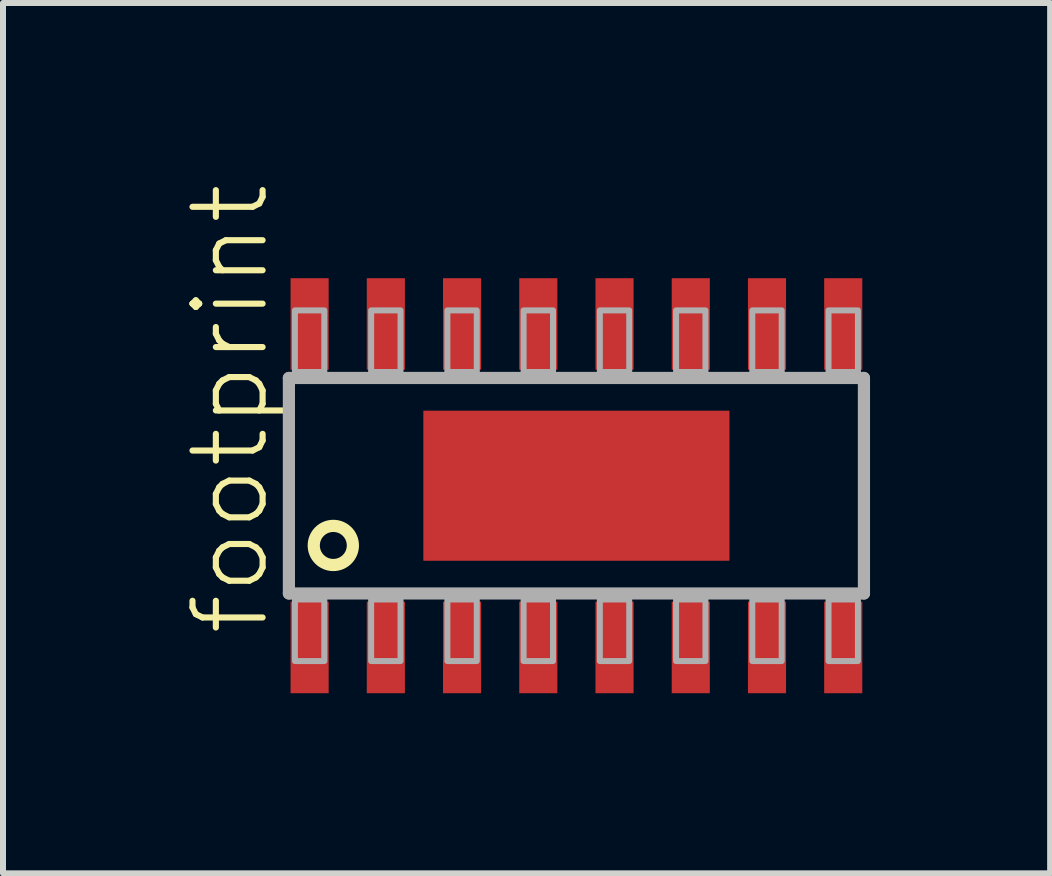
<source format=kicad_pcb>
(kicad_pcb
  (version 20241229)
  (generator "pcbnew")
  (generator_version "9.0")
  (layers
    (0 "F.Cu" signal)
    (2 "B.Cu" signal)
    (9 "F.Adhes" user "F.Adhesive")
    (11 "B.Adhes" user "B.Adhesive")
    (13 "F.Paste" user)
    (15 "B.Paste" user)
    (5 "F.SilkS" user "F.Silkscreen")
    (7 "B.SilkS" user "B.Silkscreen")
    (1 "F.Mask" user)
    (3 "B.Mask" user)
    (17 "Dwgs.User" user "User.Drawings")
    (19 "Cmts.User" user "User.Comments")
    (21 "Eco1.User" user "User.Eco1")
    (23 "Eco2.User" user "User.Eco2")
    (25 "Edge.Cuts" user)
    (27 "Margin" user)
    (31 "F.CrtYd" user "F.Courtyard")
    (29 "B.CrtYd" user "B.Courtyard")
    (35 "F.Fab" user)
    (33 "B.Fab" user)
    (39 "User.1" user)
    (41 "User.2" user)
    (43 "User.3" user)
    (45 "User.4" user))
  (footprint "footprint"
    (layer "F.Cu")
    (at 6.553 5.042)
    (property "Reference" "footprint" (at -5.08 2.54 90) (layer "F.SilkS") (effects (font (size 1.168 1.168) (thickness 0.102)) (justify left bottom)))
    (fp_circle (center -4.05 0.995) (end -3.724 0.995) (stroke (width 0.203) (type solid)) (fill no) (layer "F.SilkS"))
    (fp_line (start -4.79 -1.795) (end 4.79 -1.795) (stroke (width 0.203) (type solid)) (layer "F.Fab"))
    (fp_line (start -4.79 1.795) (end -4.79 -1.795) (stroke (width 0.203) (type solid)) (layer "F.Fab"))
    (fp_line (start 4.79 -1.795) (end 4.79 1.795) (stroke (width 0.203) (type solid)) (layer "F.Fab"))
    (fp_line (start 4.79 1.795) (end -4.79 1.795) (stroke (width 0.203) (type solid)) (layer "F.Fab"))
    (fp_poly (pts (xy -4.69 -1.895) (xy -4.2 -1.895) (xy -4.2 -2.921) (xy -4.69 -2.921)) (stroke (width 0.1) (type solid)) (fill no) (layer "F.Fab"))
    (fp_poly (pts (xy -4.69 2.921) (xy -4.2 2.921) (xy -4.2 1.895) (xy -4.69 1.895)) (stroke (width 0.1) (type solid)) (fill no) (layer "F.Fab"))
    (fp_poly (pts (xy -3.42 -1.895) (xy -2.93 -1.895) (xy -2.93 -2.921) (xy -3.42 -2.921)) (stroke (width 0.1) (type solid)) (fill no) (layer "F.Fab"))
    (fp_poly (pts (xy -3.42 2.921) (xy -2.93 2.921) (xy -2.93 1.895) (xy -3.42 1.895)) (stroke (width 0.1) (type solid)) (fill no) (layer "F.Fab"))
    (fp_poly (pts (xy -2.15 -1.895) (xy -1.66 -1.895) (xy -1.66 -2.921) (xy -2.15 -2.921)) (stroke (width 0.1) (type solid)) (fill no) (layer "F.Fab"))
    (fp_poly (pts (xy -2.15 2.921) (xy -1.66 2.921) (xy -1.66 1.895) (xy -2.15 1.895)) (stroke (width 0.1) (type solid)) (fill no) (layer "F.Fab"))
    (fp_poly (pts (xy -0.88 -1.895) (xy -0.39 -1.895) (xy -0.39 -2.921) (xy -0.88 -2.921)) (stroke (width 0.1) (type solid)) (fill no) (layer "F.Fab"))
    (fp_poly (pts (xy -0.88 2.921) (xy -0.39 2.921) (xy -0.39 1.895) (xy -0.88 1.895)) (stroke (width 0.1) (type solid)) (fill no) (layer "F.Fab"))
    (fp_poly (pts (xy 0.39 -1.895) (xy 0.88 -1.895) (xy 0.88 -2.921) (xy 0.39 -2.921)) (stroke (width 0.1) (type solid)) (fill no) (layer "F.Fab"))
    (fp_poly (pts (xy 0.39 2.921) (xy 0.88 2.921) (xy 0.88 1.895) (xy 0.39 1.895)) (stroke (width 0.1) (type solid)) (fill no) (layer "F.Fab"))
    (fp_poly (pts (xy 1.66 -1.895) (xy 2.15 -1.895) (xy 2.15 -2.921) (xy 1.66 -2.921)) (stroke (width 0.1) (type solid)) (fill no) (layer "F.Fab"))
    (fp_poly (pts (xy 1.66 2.921) (xy 2.15 2.921) (xy 2.15 1.895) (xy 1.66 1.895)) (stroke (width 0.1) (type solid)) (fill no) (layer "F.Fab"))
    (fp_poly (pts (xy 2.93 -1.895) (xy 3.42 -1.895) (xy 3.42 -2.921) (xy 2.93 -2.921)) (stroke (width 0.1) (type solid)) (fill no) (layer "F.Fab"))
    (fp_poly (pts (xy 2.93 2.921) (xy 3.42 2.921) (xy 3.42 1.895) (xy 2.93 1.895)) (stroke (width 0.1) (type solid)) (fill no) (layer "F.Fab"))
    (fp_poly (pts (xy 4.2 -1.895) (xy 4.69 -1.895) (xy 4.69 -2.921) (xy 4.2 -2.921)) (stroke (width 0.1) (type solid)) (fill no) (layer "F.Fab"))
    (fp_poly (pts (xy 4.2 2.921) (xy 4.69 2.921) (xy 4.69 1.895) (xy 4.2 1.895)) (stroke (width 0.1) (type solid)) (fill no) (layer "F.Fab"))
    (pad "1" smd rect (at -4.445 2.695) (size 0.635 1.524) (layers "F.Cu" "F.Mask" "F.Paste"))
    (pad "2" smd rect (at -3.175 2.695) (size 0.635 1.524) (layers "F.Cu" "F.Mask" "F.Paste"))
    (pad "3" smd rect (at -1.905 2.695) (size 0.635 1.524) (layers "F.Cu" "F.Mask" "F.Paste"))
    (pad "4" smd rect (at -0.635 2.695) (size 0.635 1.524) (layers "F.Cu" "F.Mask" "F.Paste"))
    (pad "5" smd rect (at 0.635 2.695) (size 0.635 1.524) (layers "F.Cu" "F.Mask" "F.Paste"))
    (pad "6" smd rect (at 1.905 2.695) (size 0.635 1.524) (layers "F.Cu" "F.Mask" "F.Paste"))
    (pad "7" smd rect (at 3.175 2.695) (size 0.635 1.524) (layers "F.Cu" "F.Mask" "F.Paste"))
    (pad "8" smd rect (at 4.445 2.695) (size 0.635 1.524) (layers "F.Cu" "F.Mask" "F.Paste"))
    (pad "9" smd rect (at 4.445 -2.695) (size 0.635 1.524) (layers "F.Cu" "F.Mask" "F.Paste"))
    (pad "10" smd rect (at 3.175 -2.695) (size 0.635 1.524) (layers "F.Cu" "F.Mask" "F.Paste"))
    (pad "11" smd rect (at 1.905 -2.695) (size 0.635 1.524) (layers "F.Cu" "F.Mask" "F.Paste"))
    (pad "12" smd rect (at 0.635 -2.695) (size 0.635 1.524) (layers "F.Cu" "F.Mask" "F.Paste"))
    (pad "13" smd rect (at -0.635 -2.695) (size 0.635 1.524) (layers "F.Cu" "F.Mask" "F.Paste"))
    (pad "14" smd rect (at -1.905 -2.695) (size 0.635 1.524) (layers "F.Cu" "F.Mask" "F.Paste"))
    (pad "15" smd rect (at -3.175 -2.695) (size 0.635 1.524) (layers "F.Cu" "F.Mask" "F.Paste"))
    (pad "16" smd rect (at -4.445 -2.695) (size 0.635 1.524) (layers "F.Cu" "F.Mask" "F.Paste"))
    (pad "THERM" smd rect (at 0 0) (size 5.1 2.5) (layers "F.Cu" "F.Mask" "F.Paste")))
  (gr_rect
    (start -3 -3)
    (end 14.445 11.499)
    (stroke (width 0.1) (type default))
    (fill no)
    (layer "Edge.Cuts")))
</source>
